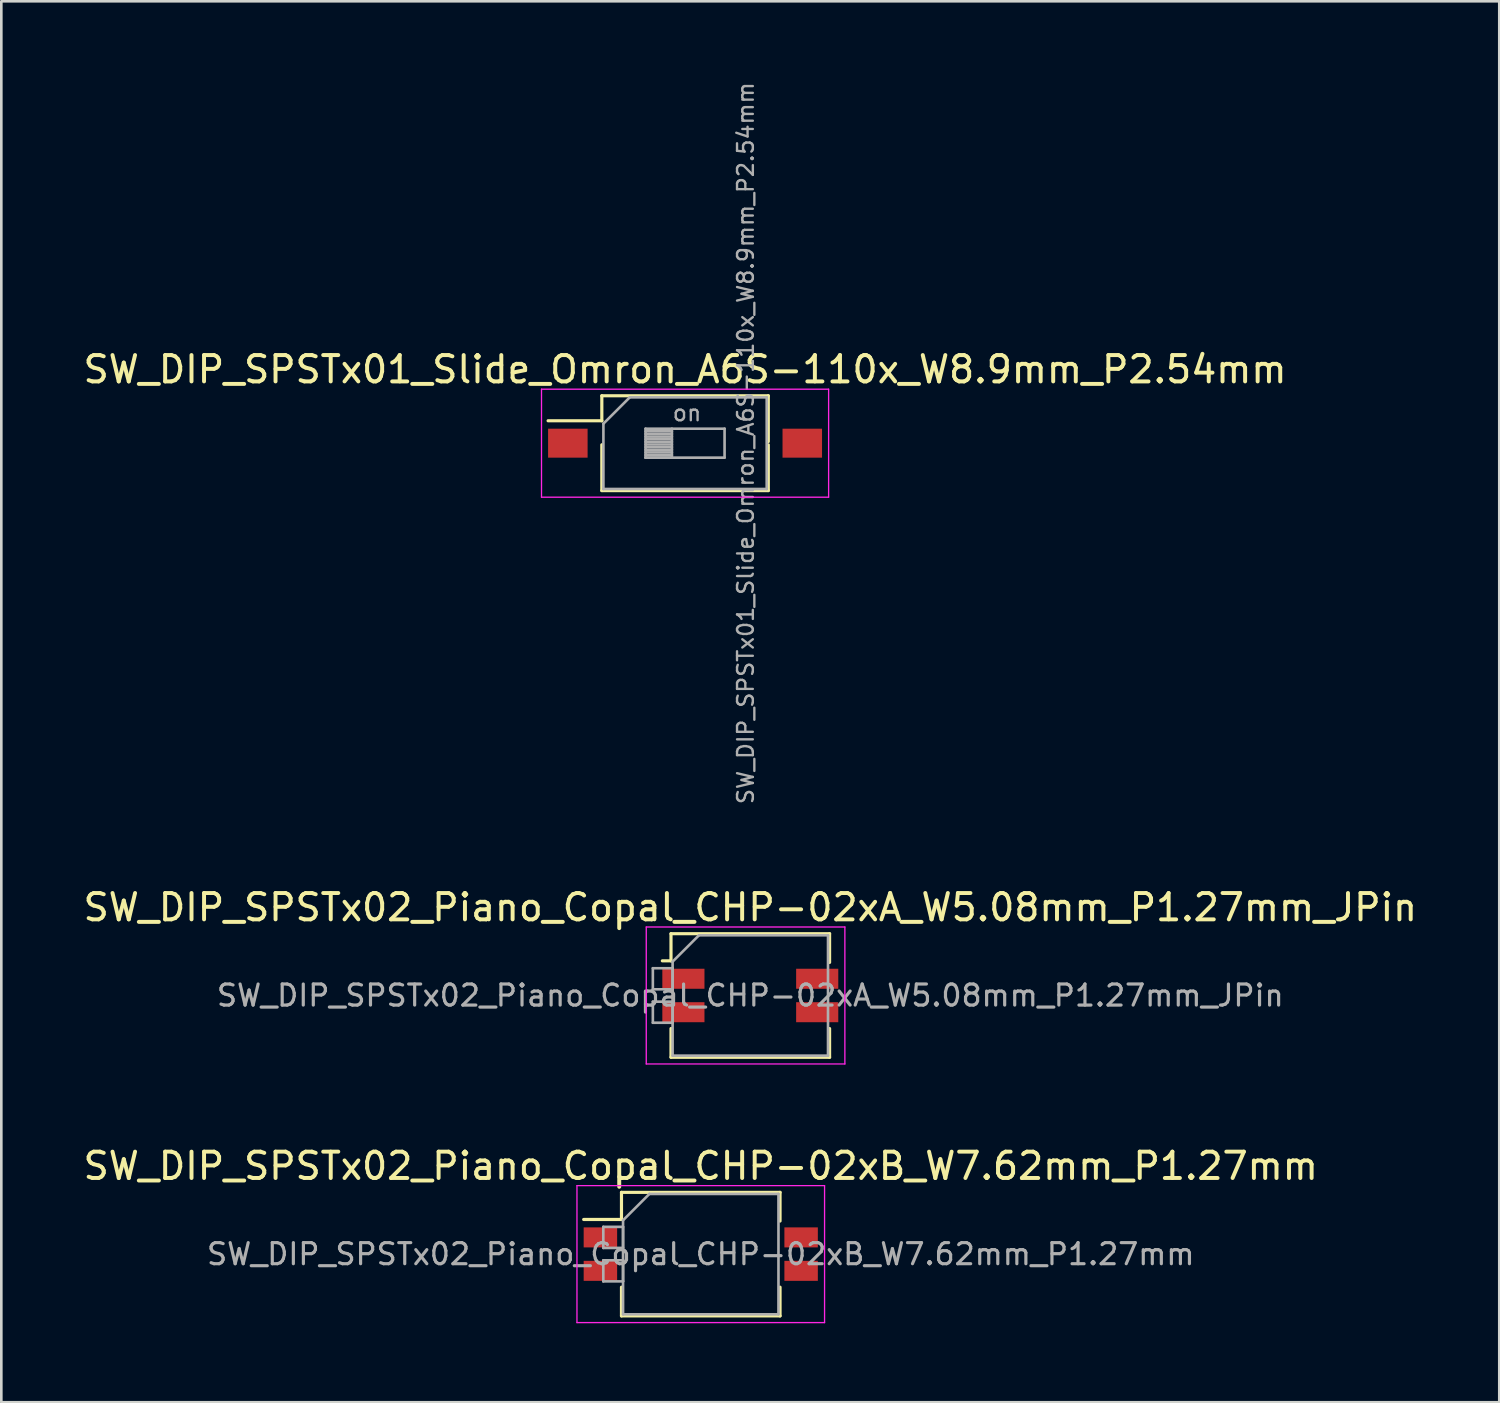
<source format=kicad_pcb>
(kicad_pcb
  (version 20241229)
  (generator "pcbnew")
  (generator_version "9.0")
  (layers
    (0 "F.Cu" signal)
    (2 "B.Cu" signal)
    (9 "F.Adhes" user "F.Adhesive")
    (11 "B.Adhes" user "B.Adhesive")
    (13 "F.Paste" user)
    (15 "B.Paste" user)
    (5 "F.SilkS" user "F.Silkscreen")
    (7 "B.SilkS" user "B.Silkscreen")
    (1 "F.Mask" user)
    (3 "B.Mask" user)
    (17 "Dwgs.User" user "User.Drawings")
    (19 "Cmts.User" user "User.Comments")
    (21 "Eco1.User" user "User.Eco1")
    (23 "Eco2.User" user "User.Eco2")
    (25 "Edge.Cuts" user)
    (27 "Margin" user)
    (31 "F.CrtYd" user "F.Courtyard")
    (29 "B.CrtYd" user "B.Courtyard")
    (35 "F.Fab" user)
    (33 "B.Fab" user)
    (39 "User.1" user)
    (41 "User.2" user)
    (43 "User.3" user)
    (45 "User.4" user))
  (footprint "SW_DIP_SPSTx02_Piano_Copal_CHP-02xA_W5.08mm_P1.27mm_JPin"
    (layer "F.Cu")
    (at 25.435 34.743)
    (property "Reference" "SW_DIP_SPSTx02_Piano_Copal_CHP-02xA_W5.08mm_P1.27mm_JPin" (at 0 -3.345 0) (layer "F.SilkS") (effects (font (size 1 1) (thickness 0.15))))
    (attr smd)
    (fp_line (start -3.34 -1.315) (end -3.011 -1.315) (stroke (width 0.12) (type solid)) (layer "F.SilkS"))
    (fp_line (start -3.011 -2.345) (end -3.011 -1.315) (stroke (width 0.12) (type solid)) (layer "F.SilkS"))
    (fp_line (start -3.011 -2.345) (end 3.01 -2.345) (stroke (width 0.12) (type solid)) (layer "F.SilkS"))
    (fp_line (start -3.011 1.255) (end -3.011 2.346) (stroke (width 0.12) (type solid)) (layer "F.SilkS"))
    (fp_line (start -3.011 2.346) (end 3.01 2.346) (stroke (width 0.12) (type solid)) (layer "F.SilkS"))
    (fp_line (start 3.01 -2.345) (end 3.01 -1.255) (stroke (width 0.12) (type solid)) (layer "F.SilkS"))
    (fp_line (start 3.01 1.255) (end 3.01 2.346) (stroke (width 0.12) (type solid)) (layer "F.SilkS"))
    (fp_line (start -3.95 -2.6) (end -3.95 2.6) (stroke (width 0.05) (type solid)) (layer "F.CrtYd"))
    (fp_line (start -3.95 2.6) (end 3.59 2.6) (stroke (width 0.05) (type solid)) (layer "F.CrtYd"))
    (fp_line (start 3.59 -2.6) (end -3.95 -2.6) (stroke (width 0.05) (type solid)) (layer "F.CrtYd"))
    (fp_line (start 3.59 2.6) (end 3.59 -2.6) (stroke (width 0.05) (type solid)) (layer "F.CrtYd"))
    (fp_line (start -3.7 -1.035) (end -2.95 -1.035) (stroke (width 0.1) (type solid)) (layer "F.Fab"))
    (fp_line (start -3.7 -0.235) (end -3.7 -1.035) (stroke (width 0.1) (type solid)) (layer "F.Fab"))
    (fp_line (start -3.7 0.235) (end -2.95 0.235) (stroke (width 0.1) (type solid)) (layer "F.Fab"))
    (fp_line (start -3.7 1.035) (end -3.7 0.235) (stroke (width 0.1) (type solid)) (layer "F.Fab"))
    (fp_line (start -2.95 -1.285) (end -1.95 -2.285) (stroke (width 0.1) (type solid)) (layer "F.Fab"))
    (fp_line (start -2.95 -1.035) (end -2.95 -0.235) (stroke (width 0.1) (type solid)) (layer "F.Fab"))
    (fp_line (start -2.95 -0.235) (end -3.7 -0.235) (stroke (width 0.1) (type solid)) (layer "F.Fab"))
    (fp_line (start -2.95 0.235) (end -2.95 1.035) (stroke (width 0.1) (type solid)) (layer "F.Fab"))
    (fp_line (start -2.95 1.035) (end -3.7 1.035) (stroke (width 0.1) (type solid)) (layer "F.Fab"))
    (fp_line (start -2.95 2.285) (end -2.95 -1.285) (stroke (width 0.1) (type solid)) (layer "F.Fab"))
    (fp_line (start -1.95 -2.285) (end 2.95 -2.285) (stroke (width 0.1) (type solid)) (layer "F.Fab"))
    (fp_line (start 2.95 -2.285) (end 2.95 2.285) (stroke (width 0.1) (type solid)) (layer "F.Fab"))
    (fp_line (start 2.95 2.285) (end -2.95 2.285) (stroke (width 0.1) (type solid)) (layer "F.Fab"))
    (fp_text user "${REFERENCE}" (at 0 0 0) (layer "F.Fab") (effects (font (size 0.8 0.8) (thickness 0.12))))
    (pad "1" smd rect (at -2.54 -0.635) (size 1.6 0.76) (layers "F.Cu" "F.Mask" "F.Paste"))
    (pad "2" smd rect (at -2.54 0.635) (size 1.6 0.76) (layers "F.Cu" "F.Mask" "F.Paste"))
    (pad "3" smd rect (at 2.54 0.635) (size 1.6 0.76) (layers "F.Cu" "F.Mask" "F.Paste"))
    (pad "4" smd rect (at 2.54 -0.635) (size 1.6 0.76) (layers "F.Cu" "F.Mask" "F.Paste")))
  (footprint "SW_DIP_SPSTx01_Slide_Omron_A6S-110x_W8.9mm_P2.54mm"
    (layer "F.Cu")
    (at 22.958 13.775)
    (property "Reference" "SW_DIP_SPSTx01_Slide_Omron_A6S-110x_W8.9mm_P2.54mm" (at 0 -2.8 0) (layer "F.SilkS") (effects (font (size 1 1) (thickness 0.15))))
    (attr smd)
    (fp_line (start -5.2 -0.851) (end -3.16 -0.851) (stroke (width 0.12) (type solid)) (layer "F.SilkS"))
    (fp_line (start -3.16 -1.8) (end -3.16 -0.851) (stroke (width 0.12) (type solid)) (layer "F.SilkS"))
    (fp_line (start -3.16 -1.8) (end 3.16 -1.8) (stroke (width 0.12) (type solid)) (layer "F.SilkS"))
    (fp_line (start -3.16 0.061) (end -3.16 1.8) (stroke (width 0.12) (type solid)) (layer "F.SilkS"))
    (fp_line (start -3.16 1.8) (end 3.16 1.8) (stroke (width 0.12) (type solid)) (layer "F.SilkS"))
    (fp_line (start 3.16 -1.8) (end 3.16 -0.061) (stroke (width 0.12) (type solid)) (layer "F.SilkS"))
    (fp_line (start 3.16 0.061) (end 3.16 1.8) (stroke (width 0.12) (type solid)) (layer "F.SilkS"))
    (fp_line (start -5.45 -2.05) (end -5.45 2.05) (stroke (width 0.05) (type solid)) (layer "F.CrtYd"))
    (fp_line (start -5.45 2.05) (end 5.45 2.05) (stroke (width 0.05) (type solid)) (layer "F.CrtYd"))
    (fp_line (start 5.45 -2.05) (end -5.45 -2.05) (stroke (width 0.05) (type solid)) (layer "F.CrtYd"))
    (fp_line (start 5.45 2.05) (end 5.45 -2.05) (stroke (width 0.05) (type solid)) (layer "F.CrtYd"))
    (fp_line (start -3.1 -0.74) (end -2.1 -1.74) (stroke (width 0.1) (type solid)) (layer "F.Fab"))
    (fp_line (start -3.1 1.74) (end -3.1 -0.74) (stroke (width 0.1) (type solid)) (layer "F.Fab"))
    (fp_line (start -2.1 -1.74) (end 3.1 -1.74) (stroke (width 0.1) (type solid)) (layer "F.Fab"))
    (fp_line (start -1.5 -0.55) (end -1.5 0.55) (stroke (width 0.1) (type solid)) (layer "F.Fab"))
    (fp_line (start -1.5 -0.45) (end -0.5 -0.45) (stroke (width 0.1) (type solid)) (layer "F.Fab"))
    (fp_line (start -1.5 -0.35) (end -0.5 -0.35) (stroke (width 0.1) (type solid)) (layer "F.Fab"))
    (fp_line (start -1.5 -0.25) (end -0.5 -0.25) (stroke (width 0.1) (type solid)) (layer "F.Fab"))
    (fp_line (start -1.5 -0.15) (end -0.5 -0.15) (stroke (width 0.1) (type solid)) (layer "F.Fab"))
    (fp_line (start -1.5 -0.05) (end -0.5 -0.05) (stroke (width 0.1) (type solid)) (layer "F.Fab"))
    (fp_line (start -1.5 0.05) (end -0.5 0.05) (stroke (width 0.1) (type solid)) (layer "F.Fab"))
    (fp_line (start -1.5 0.15) (end -0.5 0.15) (stroke (width 0.1) (type solid)) (layer "F.Fab"))
    (fp_line (start -1.5 0.25) (end -0.5 0.25) (stroke (width 0.1) (type solid)) (layer "F.Fab"))
    (fp_line (start -1.5 0.35) (end -0.5 0.35) (stroke (width 0.1) (type solid)) (layer "F.Fab"))
    (fp_line (start -1.5 0.45) (end -0.5 0.45) (stroke (width 0.1) (type solid)) (layer "F.Fab"))
    (fp_line (start -1.5 0.55) (end -0.5 0.55) (stroke (width 0.1) (type solid)) (layer "F.Fab"))
    (fp_line (start -1.5 0.55) (end 1.5 0.55) (stroke (width 0.1) (type solid)) (layer "F.Fab"))
    (fp_line (start -0.5 -0.55) (end -0.5 0.55) (stroke (width 0.1) (type solid)) (layer "F.Fab"))
    (fp_line (start 1.5 -0.55) (end -1.5 -0.55) (stroke (width 0.1) (type solid)) (layer "F.Fab"))
    (fp_line (start 1.5 0.55) (end 1.5 -0.55) (stroke (width 0.1) (type solid)) (layer "F.Fab"))
    (fp_line (start 3.1 -1.74) (end 3.1 1.74) (stroke (width 0.1) (type solid)) (layer "F.Fab"))
    (fp_line (start 3.1 1.74) (end -3.1 1.74) (stroke (width 0.1) (type solid)) (layer "F.Fab"))
    (fp_text user "${REFERENCE}" (at 2.3 0 90) (layer "F.Fab") (effects (font (size 0.6 0.6) (thickness 0.09))))
    (fp_text user "on" (at 0.075 -1.145 0) (layer "F.Fab") (effects (font (size 0.6 0.6) (thickness 0.09))))
    (pad "1" smd rect (at -4.45 0) (size 1.5 1.1) (layers "F.Cu" "F.Mask" "F.Paste"))
    (pad "2" smd rect (at 4.45 0) (size 1.5 1.1) (layers "F.Cu" "F.Mask" "F.Paste")))
  (footprint "SW_DIP_SPSTx02_Piano_Copal_CHP-02xB_W7.62mm_P1.27mm"
    (layer "F.Cu")
    (at 23.554 44.562)
    (property "Reference" "SW_DIP_SPSTx02_Piano_Copal_CHP-02xB_W7.62mm_P1.27mm" (at 0 -3.345 0) (layer "F.SilkS") (effects (font (size 1 1) (thickness 0.15))))
    (attr smd)
    (fp_line (start -4.445 -1.315) (end -3.01 -1.315) (stroke (width 0.12) (type solid)) (layer "F.SilkS"))
    (fp_line (start -3.01 -2.345) (end -3.01 -1.315) (stroke (width 0.12) (type solid)) (layer "F.SilkS"))
    (fp_line (start -3.01 -2.345) (end 3.01 -2.345) (stroke (width 0.12) (type solid)) (layer "F.SilkS"))
    (fp_line (start -3.01 1.255) (end -3.01 2.346) (stroke (width 0.12) (type solid)) (layer "F.SilkS"))
    (fp_line (start -3.01 2.346) (end 3.01 2.346) (stroke (width 0.12) (type solid)) (layer "F.SilkS"))
    (fp_line (start 3.01 -2.345) (end 3.01 -1.255) (stroke (width 0.12) (type solid)) (layer "F.SilkS"))
    (fp_line (start 3.01 1.255) (end 3.01 2.346) (stroke (width 0.12) (type solid)) (layer "F.SilkS"))
    (fp_line (start -4.7 -2.6) (end -4.7 2.6) (stroke (width 0.05) (type solid)) (layer "F.CrtYd"))
    (fp_line (start -4.7 2.6) (end 4.7 2.6) (stroke (width 0.05) (type solid)) (layer "F.CrtYd"))
    (fp_line (start 4.7 -2.6) (end -4.7 -2.6) (stroke (width 0.05) (type solid)) (layer "F.CrtYd"))
    (fp_line (start 4.7 2.6) (end 4.7 -2.6) (stroke (width 0.05) (type solid)) (layer "F.CrtYd"))
    (fp_line (start -3.7 -1.035) (end -2.95 -1.035) (stroke (width 0.1) (type solid)) (layer "F.Fab"))
    (fp_line (start -3.7 -0.235) (end -3.7 -1.035) (stroke (width 0.1) (type solid)) (layer "F.Fab"))
    (fp_line (start -3.7 0.235) (end -2.95 0.235) (stroke (width 0.1) (type solid)) (layer "F.Fab"))
    (fp_line (start -3.7 1.035) (end -3.7 0.235) (stroke (width 0.1) (type solid)) (layer "F.Fab"))
    (fp_line (start -2.95 -1.285) (end -1.95 -2.285) (stroke (width 0.1) (type solid)) (layer "F.Fab"))
    (fp_line (start -2.95 -1.035) (end -2.95 -0.235) (stroke (width 0.1) (type solid)) (layer "F.Fab"))
    (fp_line (start -2.95 -0.235) (end -3.7 -0.235) (stroke (width 0.1) (type solid)) (layer "F.Fab"))
    (fp_line (start -2.95 0.235) (end -2.95 1.035) (stroke (width 0.1) (type solid)) (layer "F.Fab"))
    (fp_line (start -2.95 1.035) (end -3.7 1.035) (stroke (width 0.1) (type solid)) (layer "F.Fab"))
    (fp_line (start -2.95 2.285) (end -2.95 -1.285) (stroke (width 0.1) (type solid)) (layer "F.Fab"))
    (fp_line (start -1.95 -2.285) (end 2.95 -2.285) (stroke (width 0.1) (type solid)) (layer "F.Fab"))
    (fp_line (start 2.95 -2.285) (end 2.95 2.285) (stroke (width 0.1) (type solid)) (layer "F.Fab"))
    (fp_line (start 2.95 2.285) (end -2.95 2.285) (stroke (width 0.1) (type solid)) (layer "F.Fab"))
    (fp_text user "${REFERENCE}" (at 0 0 0) (layer "F.Fab") (effects (font (size 0.8 0.8) (thickness 0.12))))
    (pad "1" smd rect (at -3.81 -0.635) (size 1.27 0.76) (layers "F.Cu" "F.Mask" "F.Paste"))
    (pad "2" smd rect (at -3.81 0.635) (size 1.27 0.76) (layers "F.Cu" "F.Mask" "F.Paste"))
    (pad "3" smd rect (at 3.81 0.635) (size 1.27 0.76) (layers "F.Cu" "F.Mask" "F.Paste"))
    (pad "4" smd rect (at 3.81 -0.635) (size 1.27 0.76) (layers "F.Cu" "F.Mask" "F.Paste")))
  (gr_rect
    (start -3 -3)
    (end 53.869 50.187)
    (stroke (width 0.1) (type default))
    (fill no)
    (layer "Edge.Cuts")))
</source>
